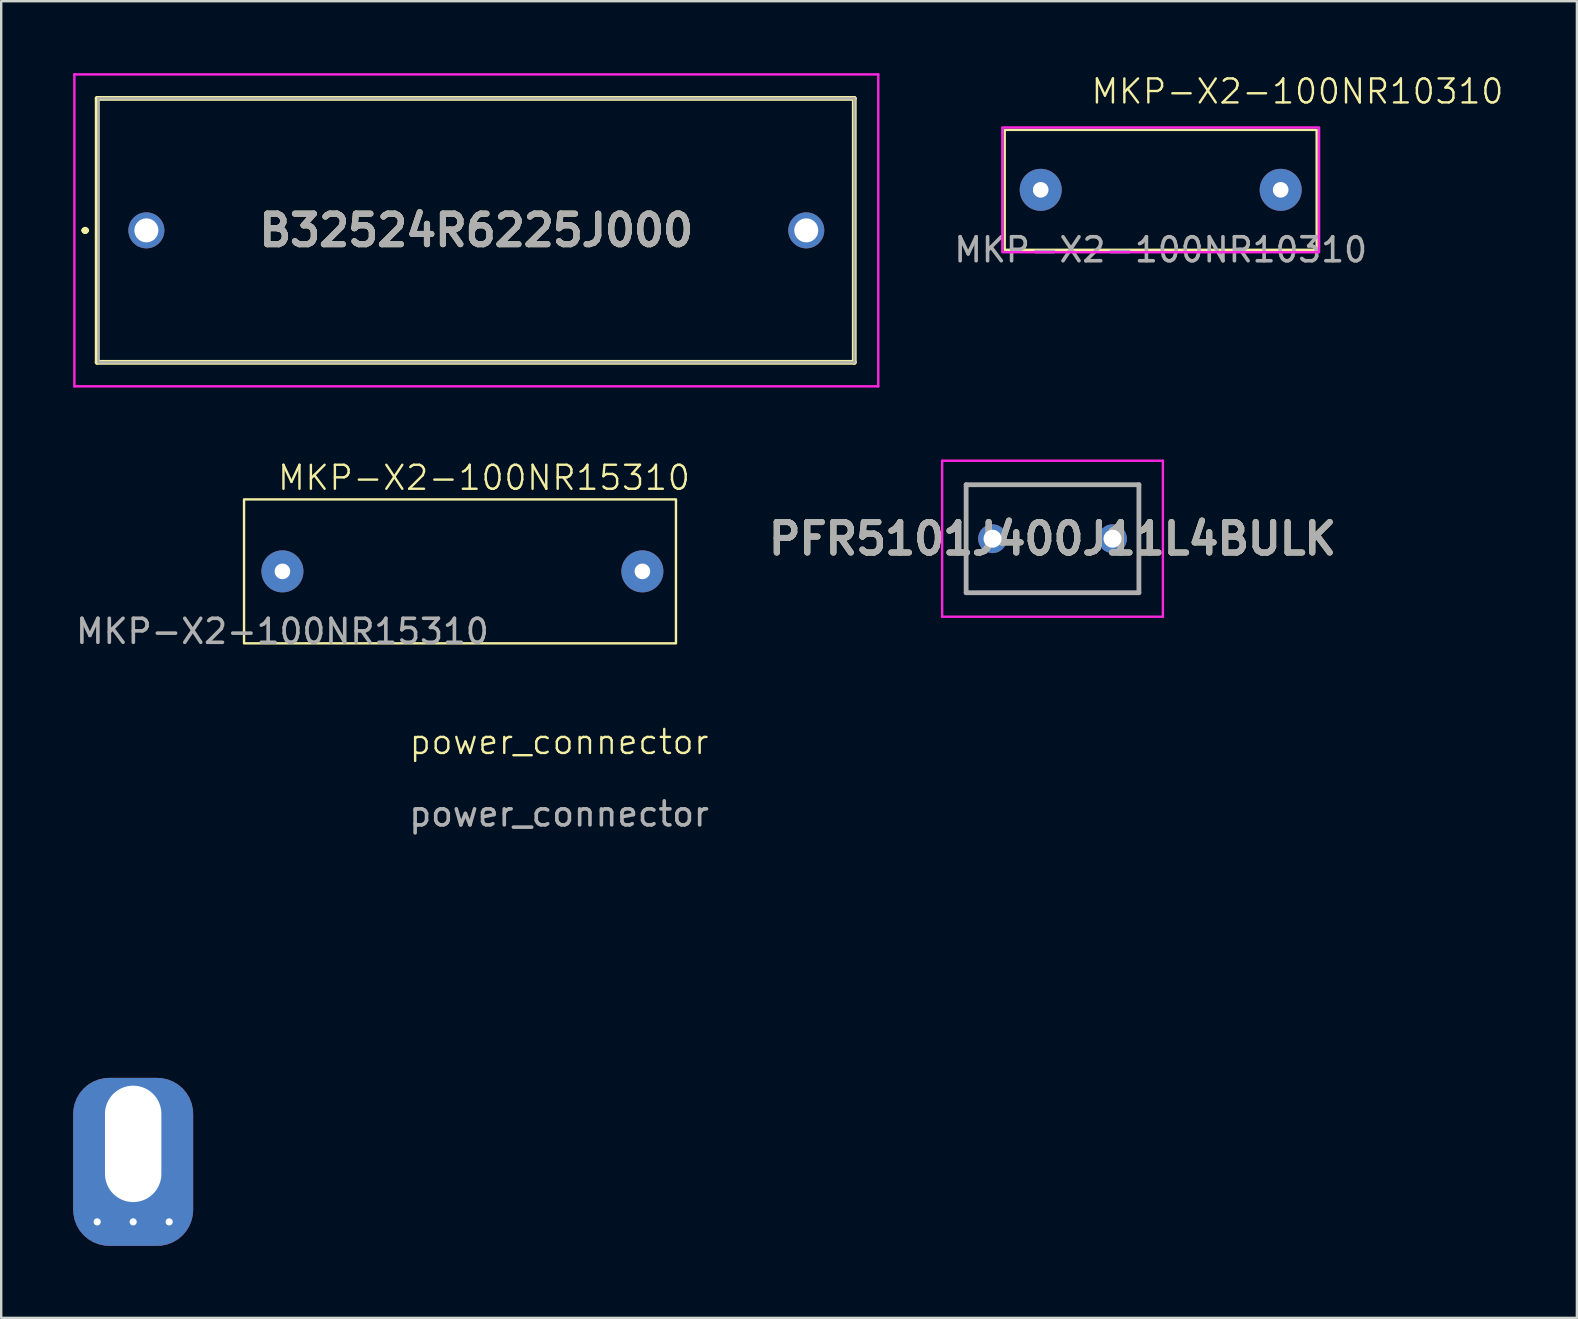
<source format=kicad_pcb>
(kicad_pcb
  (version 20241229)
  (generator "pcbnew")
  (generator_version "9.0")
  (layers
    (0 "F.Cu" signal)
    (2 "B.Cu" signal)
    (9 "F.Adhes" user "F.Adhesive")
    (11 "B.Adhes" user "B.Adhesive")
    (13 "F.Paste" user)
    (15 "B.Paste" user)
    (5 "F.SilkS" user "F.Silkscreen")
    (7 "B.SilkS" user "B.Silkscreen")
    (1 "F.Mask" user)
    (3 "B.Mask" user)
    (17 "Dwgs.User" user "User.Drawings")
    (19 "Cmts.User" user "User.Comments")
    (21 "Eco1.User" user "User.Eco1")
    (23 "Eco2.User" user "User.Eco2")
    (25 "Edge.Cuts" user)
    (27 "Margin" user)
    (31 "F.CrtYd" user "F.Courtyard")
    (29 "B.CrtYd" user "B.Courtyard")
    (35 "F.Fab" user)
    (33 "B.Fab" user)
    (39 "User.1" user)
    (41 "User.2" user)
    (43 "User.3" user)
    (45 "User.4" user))
  (footprint "MKP-X2-100NR15310"
    (layer "F.Cu")
    (at 8.72 20.761)
    (property "Reference" "MKP-X2-100NR15310" (at 8.4 -3.9 0) (unlocked yes) (layer "F.SilkS") (effects (font (size 1 1) (thickness 0.1))))
    (attr smd)
    (fp_rect (start -1.6 -3) (end 16.4 3) (stroke (width 0.1) (type default)) (fill no) (layer "F.SilkS"))
    (fp_rect (start -1.7 -3.1) (end 16.5 3.1) (stroke (width 0.1) (type default)) (fill no) (layer "Margin"))
    (fp_text user "${REFERENCE}" (at 0 2.5 0) (unlocked yes) (layer "F.Fab") (effects (font (size 1 1) (thickness 0.15))))
    (pad "1" thru_hole circle (at 0 0) (size 1.75 1.75) (drill 0.65) (layers "*.Cu" "*.Mask"))
    (pad "2" thru_hole circle (at 15 0) (size 1.75 1.75) (drill 0.65) (layers "*.Cu" "*.Mask")))
  (footprint "PFR5101J400J11L4BULK"
    (layer "F.Cu")
    (at 38.312 19.4)
    (property "Reference" "PFR5101J400J11L4BULK" (at 2.5 0 0) (layer "F.SilkS") (effects (font (size 1.27 1.27) (thickness 0.254))))
    (attr through_hole)
    (fp_line (start -1.1 -2.25) (end 6.1 -2.25) (stroke (width 0.1) (type solid)) (layer "F.SilkS"))
    (fp_line (start -1.1 2.25) (end -1.1 -2.25) (stroke (width 0.1) (type solid)) (layer "F.SilkS"))
    (fp_line (start 6.1 -2.25) (end 6.1 2.25) (stroke (width 0.1) (type solid)) (layer "F.SilkS"))
    (fp_line (start 6.1 2.25) (end -1.1 2.25) (stroke (width 0.1) (type solid)) (layer "F.SilkS"))
    (fp_line (start -2.1 -3.25) (end 7.1 -3.25) (stroke (width 0.1) (type solid)) (layer "F.CrtYd"))
    (fp_line (start -2.1 3.25) (end -2.1 -3.25) (stroke (width 0.1) (type solid)) (layer "F.CrtYd"))
    (fp_line (start 7.1 -3.25) (end 7.1 3.25) (stroke (width 0.1) (type solid)) (layer "F.CrtYd"))
    (fp_line (start 7.1 3.25) (end -2.1 3.25) (stroke (width 0.1) (type solid)) (layer "F.CrtYd"))
    (fp_line (start -1.1 -2.25) (end 6.1 -2.25) (stroke (width 0.2) (type solid)) (layer "F.Fab"))
    (fp_line (start -1.1 2.25) (end -1.1 -2.25) (stroke (width 0.2) (type solid)) (layer "F.Fab"))
    (fp_line (start 6.1 -2.25) (end 6.1 2.25) (stroke (width 0.2) (type solid)) (layer "F.Fab"))
    (fp_line (start 6.1 2.25) (end -1.1 2.25) (stroke (width 0.2) (type solid)) (layer "F.Fab"))
    (fp_text user "${REFERENCE}" (at 2.5 0 0) (layer "F.Fab") (effects (font (size 1.27 1.27) (thickness 0.254))))
    (pad "1" thru_hole circle (at 0 0) (size 1.2 1.2) (drill 0.75) (layers "*.Cu" "*.Mask"))
    (pad "2" thru_hole circle (at 5 0) (size 1.2 1.2) (drill 0.75) (layers "*.Cu" "*.Mask")))
  (footprint "B32524R6225J000"
    (layer "F.Cu")
    (at 3.05 6.55)
    (property "Reference" "B32524R6225J000" (at 13.75 0 0) (layer "F.SilkS") (effects (font (size 1.27 1.27) (thickness 0.254))))
    (attr through_hole)
    (fp_line (start -2.6 0) (end -2.6 0) (stroke (width 0.2) (type solid)) (layer "F.SilkS"))
    (fp_line (start -2.6 0) (end -2.6 0) (stroke (width 0.2) (type solid)) (layer "F.SilkS"))
    (fp_line (start -2.5 0) (end -2.5 0) (stroke (width 0.2) (type solid)) (layer "F.SilkS"))
    (fp_line (start -2.05 -5.5) (end 29.5 -5.5) (stroke (width 0.2) (type solid)) (layer "F.SilkS"))
    (fp_line (start -2.05 5.5) (end -2.05 -5.5) (stroke (width 0.2) (type solid)) (layer "F.SilkS"))
    (fp_line (start 29.5 -5.5) (end 29.5 5.5) (stroke (width 0.2) (type solid)) (layer "F.SilkS"))
    (fp_line (start 29.5 5.5) (end -2.05 5.5) (stroke (width 0.2) (type solid)) (layer "F.SilkS"))
    (fp_arc (start -2.6 0) (mid -2.55 -0.05) (end -2.5 0) (stroke (width 0.2) (type solid)) (layer "F.SilkS"))
    (fp_arc (start -2.5 0) (mid -2.55 0.05) (end -2.6 0) (stroke (width 0.2) (type solid)) (layer "F.SilkS"))
    (fp_arc (start -2.5 0) (mid -2.55 0.05) (end -2.6 0) (stroke (width 0.2) (type solid)) (layer "F.SilkS"))
    (fp_line (start -3 -6.5) (end 30.5 -6.5) (stroke (width 0.1) (type solid)) (layer "F.CrtYd"))
    (fp_line (start -3 6.5) (end -3 -6.5) (stroke (width 0.1) (type solid)) (layer "F.CrtYd"))
    (fp_line (start 30.5 -6.5) (end 30.5 6.5) (stroke (width 0.1) (type solid)) (layer "F.CrtYd"))
    (fp_line (start 30.5 6.5) (end -3 6.5) (stroke (width 0.1) (type solid)) (layer "F.CrtYd"))
    (fp_line (start -2 -5.5) (end -2 5.5) (stroke (width 0.1) (type solid)) (layer "F.Fab"))
    (fp_line (start -2 5.5) (end 29.5 5.5) (stroke (width 0.1) (type solid)) (layer "F.Fab"))
    (fp_line (start 29.5 -5.5) (end -2 -5.5) (stroke (width 0.1) (type solid)) (layer "F.Fab"))
    (fp_line (start 29.5 5.5) (end 29.5 -5.5) (stroke (width 0.1) (type solid)) (layer "F.Fab"))
    (fp_text user "${REFERENCE}" (at 13.75 0 0) (layer "F.Fab") (effects (font (size 1.27 1.27) (thickness 0.254))))
    (pad "1" thru_hole circle (at 0 0) (size 1.5 1.5) (drill 1) (layers "*.Cu" "*.Mask"))
    (pad "2" thru_hole circle (at 27.5 0) (size 1.5 1.5) (drill 1) (layers "*.Cu" "*.Mask")))
  (footprint "power_connector"
    (layer "F.Cu")
    (at 2.5 44.619)
    (property "Reference" "power_connector" (at 17.75 -16.75 0) (unlocked yes) (layer "F.SilkS") (effects (font (size 1 1) (thickness 0.1))))
    (attr through_hole)
    (fp_text user "${REFERENCE}" (at 17.75 -13.75 0) (unlocked yes) (layer "F.Fab") (effects (font (size 1 1) (thickness 0.15))))
    (pad "1" thru_hole circle (at -1.5 3.25) (size 0.3 0.3) (drill 0.5) (layers "*.Cu" "*.Mask"))
    (pad "1" thru_hole roundrect (at 0 0) (size 5 7) (drill oval 2.35 4.85 (offset 0 0.75)) (layers "*.Cu" "*.Mask") (roundrect_rratio 0.3))
    (pad "1" thru_hole circle (at 0 3.25) (size 0.3 0.3) (drill 0.5) (layers "*.Cu" "*.Mask"))
    (pad "1" thru_hole circle (at 1.5 3.25) (size 0.3 0.3) (drill 0.5) (layers "*.Cu" "*.Mask")))
  (footprint "MKP-X2-100NR10310"
    (layer "F.Cu")
    (at 45.32 4.861)
    (property "Reference" "MKP-X2-100NR10310" (at 5.7 -4.1 0) (unlocked yes) (layer "F.SilkS") (effects (font (size 1 1) (thickness 0.1))))
    (attr smd)
    (fp_rect (start -6.5 -2.5) (end 6.5 2.5) (stroke (width 0.1) (type default)) (fill no) (layer "F.SilkS"))
    (fp_rect (start -6.6 -2.6) (end 6.6 2.6) (stroke (width 0.1) (type default)) (fill no) (layer "F.CrtYd"))
    (fp_text user "${REFERENCE}" (at 0 2.5 0) (unlocked yes) (layer "F.Fab") (effects (font (size 1 1) (thickness 0.15))))
    (pad "1" thru_hole circle (at -5 0) (size 1.75 1.75) (drill 0.65) (layers "*.Cu" "*.Mask"))
    (pad "2" thru_hole circle (at 5 0) (size 1.75 1.75) (drill 0.65) (layers "*.Cu" "*.Mask")))
  (gr_rect
    (start -3 -3)
    (end 62.665 51.869)
    (stroke (width 0.1) (type default))
    (fill no)
    (layer "Edge.Cuts")))
</source>
